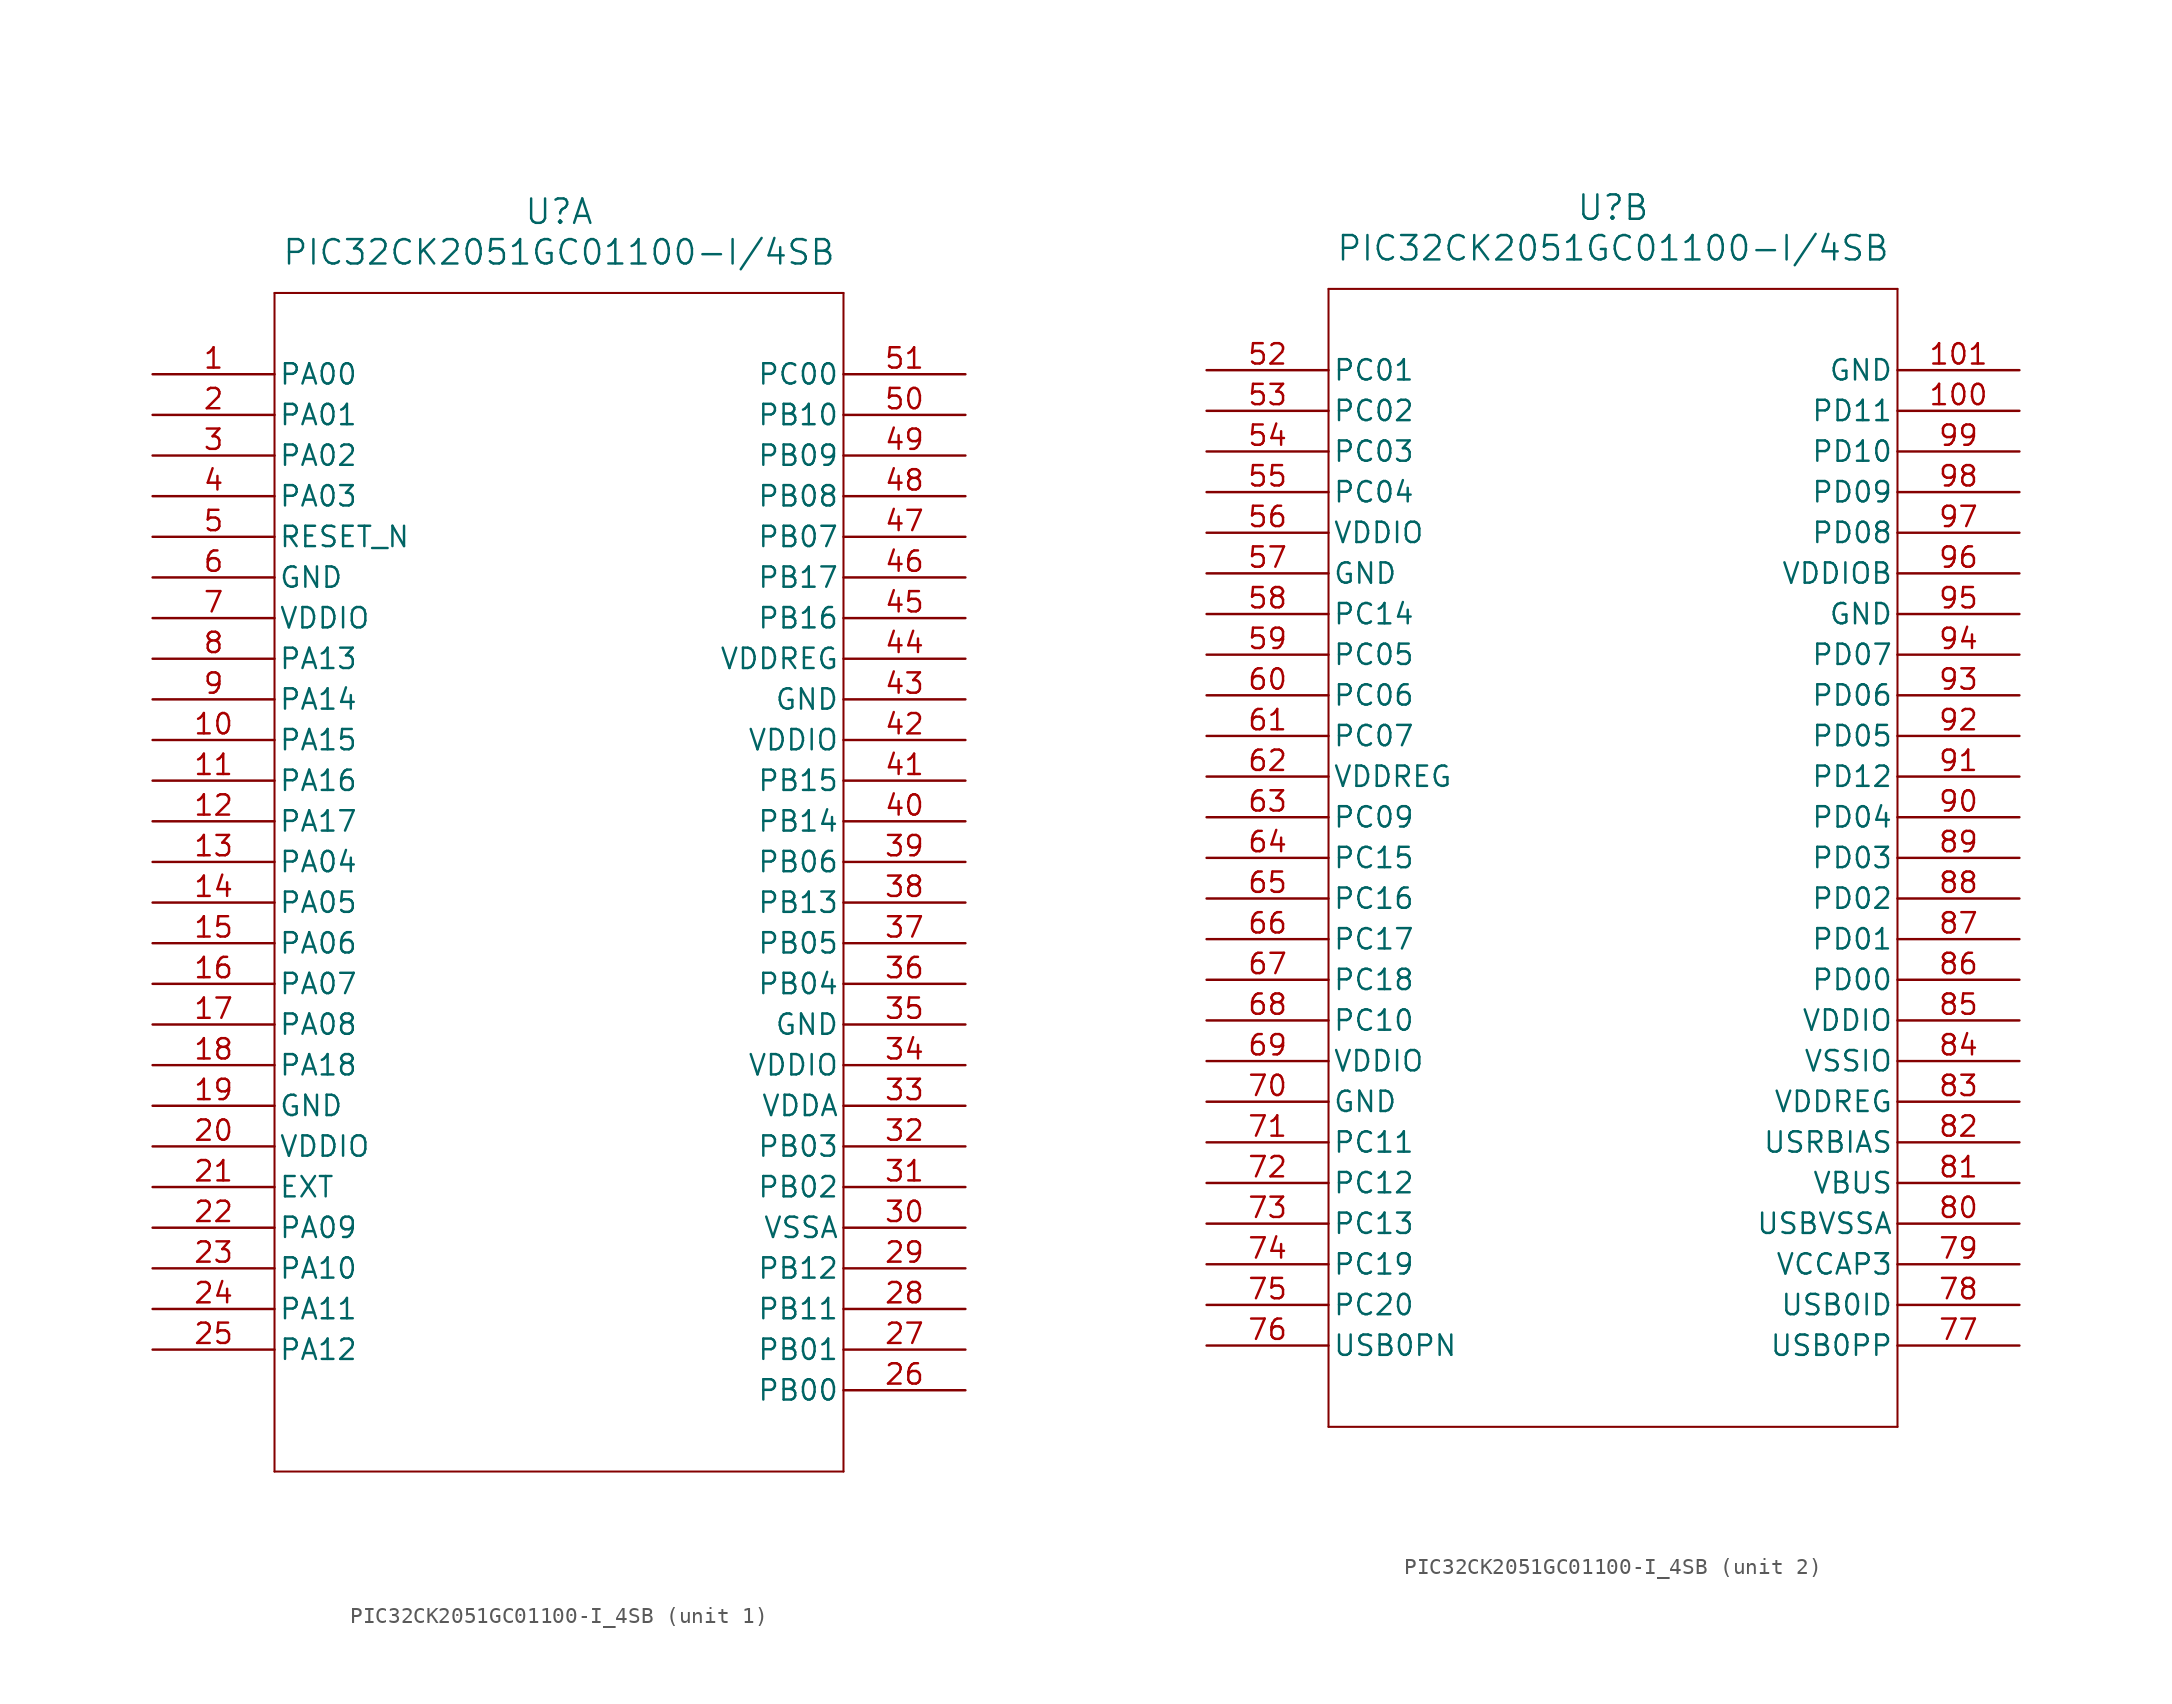
<source format=kicad_sym>
(kicad_symbol_lib
  (version 20211014)
  (generator kicad_symbol_editor)
  (symbol "PIC32CK2051GC01100-I_4SB"
    (pin_names
      (offset 0.254))
    (property "Reference" "U"
      (at 25.4 10.16 0)
      (effects (font (size 1.524 1.524))))
    (property "Value" "PIC32CK2051GC01100-I/4SB"
      (at 25.4 7.62 0)
      (effects (font (size 1.524 1.524))))
    (symbol "PIC32CK2051GC01100-I_4SB_1_1"
      (polyline (pts (xy 7.62 5.08) (xy 7.62 -68.58)) (stroke (width 0.127) (type default) (color 0 0 0 0)) (fill (type none)))
      (polyline (pts (xy 7.62 -68.58) (xy 43.18 -68.58)) (stroke (width 0.127) (type default) (color 0 0 0 0)) (fill (type none)))
      (polyline (pts (xy 43.18 -68.58) (xy 43.18 5.08)) (stroke (width 0.127) (type default) (color 0 0 0 0)) (fill (type none)))
      (polyline (pts (xy 43.18 5.08) (xy 7.62 5.08)) (stroke (width 0.127) (type default) (color 0 0 0 0)) (fill (type none)))
      (pin bidirectional line (at 0 0 0) (length 7.62) (name "PA00" (effects (font (size 1.27 1.27)))) (number "1" (effects (font (size 1.27 1.27)))))
      (pin bidirectional line (at 0 -2.54 0) (length 7.62) (name "PA01" (effects (font (size 1.27 1.27)))) (number "2" (effects (font (size 1.27 1.27)))))
      (pin bidirectional line (at 0 -5.08 0) (length 7.62) (name "PA02" (effects (font (size 1.27 1.27)))) (number "3" (effects (font (size 1.27 1.27)))))
      (pin bidirectional line (at 0 -7.62 0) (length 7.62) (name "PA03" (effects (font (size 1.27 1.27)))) (number "4" (effects (font (size 1.27 1.27)))))
      (pin input line (at 0 -10.16 0) (length 7.62) (name "RESET_N" (effects (font (size 1.27 1.27)))) (number "5" (effects (font (size 1.27 1.27)))))
      (pin power_out line (at 0 -12.7 0) (length 7.62) (name "GND" (effects (font (size 1.27 1.27)))) (number "6" (effects (font (size 1.27 1.27)))))
      (pin power_in line (at 0 -15.24 0) (length 7.62) (name "VDDIO" (effects (font (size 1.27 1.27)))) (number "7" (effects (font (size 1.27 1.27)))))
      (pin bidirectional line (at 0 -17.78 0) (length 7.62) (name "PA13" (effects (font (size 1.27 1.27)))) (number "8" (effects (font (size 1.27 1.27)))))
      (pin bidirectional line (at 0 -20.32 0) (length 7.62) (name "PA14" (effects (font (size 1.27 1.27)))) (number "9" (effects (font (size 1.27 1.27)))))
      (pin bidirectional line (at 0 -22.86 0) (length 7.62) (name "PA15" (effects (font (size 1.27 1.27)))) (number "10" (effects (font (size 1.27 1.27)))))
      (pin bidirectional line (at 0 -25.4 0) (length 7.62) (name "PA16" (effects (font (size 1.27 1.27)))) (number "11" (effects (font (size 1.27 1.27)))))
      (pin bidirectional line (at 0 -27.94 0) (length 7.62) (name "PA17" (effects (font (size 1.27 1.27)))) (number "12" (effects (font (size 1.27 1.27)))))
      (pin bidirectional line (at 0 -30.48 0) (length 7.62) (name "PA04" (effects (font (size 1.27 1.27)))) (number "13" (effects (font (size 1.27 1.27)))))
      (pin bidirectional line (at 0 -33.02 0) (length 7.62) (name "PA05" (effects (font (size 1.27 1.27)))) (number "14" (effects (font (size 1.27 1.27)))))
      (pin bidirectional line (at 0 -35.56 0) (length 7.62) (name "PA06" (effects (font (size 1.27 1.27)))) (number "15" (effects (font (size 1.27 1.27)))))
      (pin bidirectional line (at 0 -38.1 0) (length 7.62) (name "PA07" (effects (font (size 1.27 1.27)))) (number "16" (effects (font (size 1.27 1.27)))))
      (pin bidirectional line (at 0 -40.64 0) (length 7.62) (name "PA08" (effects (font (size 1.27 1.27)))) (number "17" (effects (font (size 1.27 1.27)))))
      (pin bidirectional line (at 0 -43.18 0) (length 7.62) (name "PA18" (effects (font (size 1.27 1.27)))) (number "18" (effects (font (size 1.27 1.27)))))
      (pin power_out line (at 0 -45.72 0) (length 7.62) (name "GND" (effects (font (size 1.27 1.27)))) (number "19" (effects (font (size 1.27 1.27)))))
      (pin power_in line (at 0 -48.26 0) (length 7.62) (name "VDDIO" (effects (font (size 1.27 1.27)))) (number "20" (effects (font (size 1.27 1.27)))))
      (pin unspecified line (at 0 -50.8 0) (length 7.62) (name "EXT" (effects (font (size 1.27 1.27)))) (number "21" (effects (font (size 1.27 1.27)))))
      (pin bidirectional line (at 0 -53.34 0) (length 7.62) (name "PA09" (effects (font (size 1.27 1.27)))) (number "22" (effects (font (size 1.27 1.27)))))
      (pin bidirectional line (at 0 -55.88 0) (length 7.62) (name "PA10" (effects (font (size 1.27 1.27)))) (number "23" (effects (font (size 1.27 1.27)))))
      (pin bidirectional line (at 0 -58.42 0) (length 7.62) (name "PA11" (effects (font (size 1.27 1.27)))) (number "24" (effects (font (size 1.27 1.27)))))
      (pin bidirectional line (at 0 -60.96 0) (length 7.62) (name "PA12" (effects (font (size 1.27 1.27)))) (number "25" (effects (font (size 1.27 1.27)))))
      (pin bidirectional line (at 50.8 -63.5 180) (length 7.62) (name "PB00" (effects (font (size 1.27 1.27)))) (number "26" (effects (font (size 1.27 1.27)))))
      (pin bidirectional line (at 50.8 -60.96 180) (length 7.62) (name "PB01" (effects (font (size 1.27 1.27)))) (number "27" (effects (font (size 1.27 1.27)))))
      (pin bidirectional line (at 50.8 -58.42 180) (length 7.62) (name "PB11" (effects (font (size 1.27 1.27)))) (number "28" (effects (font (size 1.27 1.27)))))
      (pin bidirectional line (at 50.8 -55.88 180) (length 7.62) (name "PB12" (effects (font (size 1.27 1.27)))) (number "29" (effects (font (size 1.27 1.27)))))
      (pin power_out line (at 50.8 -53.34 180) (length 7.62) (name "VSSA" (effects (font (size 1.27 1.27)))) (number "30" (effects (font (size 1.27 1.27)))))
      (pin bidirectional line (at 50.8 -50.8 180) (length 7.62) (name "PB02" (effects (font (size 1.27 1.27)))) (number "31" (effects (font (size 1.27 1.27)))))
      (pin bidirectional line (at 50.8 -48.26 180) (length 7.62) (name "PB03" (effects (font (size 1.27 1.27)))) (number "32" (effects (font (size 1.27 1.27)))))
      (pin power_in line (at 50.8 -45.72 180) (length 7.62) (name "VDDA" (effects (font (size 1.27 1.27)))) (number "33" (effects (font (size 1.27 1.27)))))
      (pin power_in line (at 50.8 -43.18 180) (length 7.62) (name "VDDIO" (effects (font (size 1.27 1.27)))) (number "34" (effects (font (size 1.27 1.27)))))
      (pin power_out line (at 50.8 -40.64 180) (length 7.62) (name "GND" (effects (font (size 1.27 1.27)))) (number "35" (effects (font (size 1.27 1.27)))))
      (pin bidirectional line (at 50.8 -38.1 180) (length 7.62) (name "PB04" (effects (font (size 1.27 1.27)))) (number "36" (effects (font (size 1.27 1.27)))))
      (pin bidirectional line (at 50.8 -35.56 180) (length 7.62) (name "PB05" (effects (font (size 1.27 1.27)))) (number "37" (effects (font (size 1.27 1.27)))))
      (pin bidirectional line (at 50.8 -33.02 180) (length 7.62) (name "PB13" (effects (font (size 1.27 1.27)))) (number "38" (effects (font (size 1.27 1.27)))))
      (pin bidirectional line (at 50.8 -30.48 180) (length 7.62) (name "PB06" (effects (font (size 1.27 1.27)))) (number "39" (effects (font (size 1.27 1.27)))))
      (pin bidirectional line (at 50.8 -27.94 180) (length 7.62) (name "PB14" (effects (font (size 1.27 1.27)))) (number "40" (effects (font (size 1.27 1.27)))))
      (pin bidirectional line (at 50.8 -25.4 180) (length 7.62) (name "PB15" (effects (font (size 1.27 1.27)))) (number "41" (effects (font (size 1.27 1.27)))))
      (pin power_in line (at 50.8 -22.86 180) (length 7.62) (name "VDDIO" (effects (font (size 1.27 1.27)))) (number "42" (effects (font (size 1.27 1.27)))))
      (pin power_out line (at 50.8 -20.32 180) (length 7.62) (name "GND" (effects (font (size 1.27 1.27)))) (number "43" (effects (font (size 1.27 1.27)))))
      (pin power_in line (at 50.8 -17.78 180) (length 7.62) (name "VDDREG" (effects (font (size 1.27 1.27)))) (number "44" (effects (font (size 1.27 1.27)))))
      (pin bidirectional line (at 50.8 -15.24 180) (length 7.62) (name "PB16" (effects (font (size 1.27 1.27)))) (number "45" (effects (font (size 1.27 1.27)))))
      (pin bidirectional line (at 50.8 -12.7 180) (length 7.62) (name "PB17" (effects (font (size 1.27 1.27)))) (number "46" (effects (font (size 1.27 1.27)))))
      (pin bidirectional line (at 50.8 -10.16 180) (length 7.62) (name "PB07" (effects (font (size 1.27 1.27)))) (number "47" (effects (font (size 1.27 1.27)))))
      (pin bidirectional line (at 50.8 -7.62 180) (length 7.62) (name "PB08" (effects (font (size 1.27 1.27)))) (number "48" (effects (font (size 1.27 1.27)))))
      (pin bidirectional line (at 50.8 -5.08 180) (length 7.62) (name "PB09" (effects (font (size 1.27 1.27)))) (number "49" (effects (font (size 1.27 1.27)))))
      (pin bidirectional line (at 50.8 -2.54 180) (length 7.62) (name "PB10" (effects (font (size 1.27 1.27)))) (number "50" (effects (font (size 1.27 1.27)))))
      (pin bidirectional line (at 50.8 0 180) (length 7.62) (name "PC00" (effects (font (size 1.27 1.27)))) (number "51" (effects (font (size 1.27 1.27))))))
    (symbol "PIC32CK2051GC01100-I_4SB_2_1"
      (polyline (pts (xy 7.62 5.08) (xy 7.62 -66.04)) (stroke (width 0.127) (type default) (color 0 0 0 0)) (fill (type none)))
      (polyline (pts (xy 7.62 -66.04) (xy 43.18 -66.04)) (stroke (width 0.127) (type default) (color 0 0 0 0)) (fill (type none)))
      (polyline (pts (xy 43.18 -66.04) (xy 43.18 5.08)) (stroke (width 0.127) (type default) (color 0 0 0 0)) (fill (type none)))
      (polyline (pts (xy 43.18 5.08) (xy 7.62 5.08)) (stroke (width 0.127) (type default) (color 0 0 0 0)) (fill (type none)))
      (pin bidirectional line (at 0 0 0) (length 7.62) (name "PC01" (effects (font (size 1.27 1.27)))) (number "52" (effects (font (size 1.27 1.27)))))
      (pin bidirectional line (at 0 -2.54 0) (length 7.62) (name "PC02" (effects (font (size 1.27 1.27)))) (number "53" (effects (font (size 1.27 1.27)))))
      (pin bidirectional line (at 0 -5.08 0) (length 7.62) (name "PC03" (effects (font (size 1.27 1.27)))) (number "54" (effects (font (size 1.27 1.27)))))
      (pin bidirectional line (at 0 -7.62 0) (length 7.62) (name "PC04" (effects (font (size 1.27 1.27)))) (number "55" (effects (font (size 1.27 1.27)))))
      (pin power_in line (at 0 -10.16 0) (length 7.62) (name "VDDIO" (effects (font (size 1.27 1.27)))) (number "56" (effects (font (size 1.27 1.27)))))
      (pin power_out line (at 0 -12.7 0) (length 7.62) (name "GND" (effects (font (size 1.27 1.27)))) (number "57" (effects (font (size 1.27 1.27)))))
      (pin bidirectional line (at 0 -15.24 0) (length 7.62) (name "PC14" (effects (font (size 1.27 1.27)))) (number "58" (effects (font (size 1.27 1.27)))))
      (pin bidirectional line (at 0 -17.78 0) (length 7.62) (name "PC05" (effects (font (size 1.27 1.27)))) (number "59" (effects (font (size 1.27 1.27)))))
      (pin bidirectional line (at 0 -20.32 0) (length 7.62) (name "PC06" (effects (font (size 1.27 1.27)))) (number "60" (effects (font (size 1.27 1.27)))))
      (pin bidirectional line (at 0 -22.86 0) (length 7.62) (name "PC07" (effects (font (size 1.27 1.27)))) (number "61" (effects (font (size 1.27 1.27)))))
      (pin power_in line (at 0 -25.4 0) (length 7.62) (name "VDDREG" (effects (font (size 1.27 1.27)))) (number "62" (effects (font (size 1.27 1.27)))))
      (pin bidirectional line (at 0 -27.94 0) (length 7.62) (name "PC09" (effects (font (size 1.27 1.27)))) (number "63" (effects (font (size 1.27 1.27)))))
      (pin bidirectional line (at 0 -30.48 0) (length 7.62) (name "PC15" (effects (font (size 1.27 1.27)))) (number "64" (effects (font (size 1.27 1.27)))))
      (pin bidirectional line (at 0 -33.02 0) (length 7.62) (name "PC16" (effects (font (size 1.27 1.27)))) (number "65" (effects (font (size 1.27 1.27)))))
      (pin bidirectional line (at 0 -35.56 0) (length 7.62) (name "PC17" (effects (font (size 1.27 1.27)))) (number "66" (effects (font (size 1.27 1.27)))))
      (pin bidirectional line (at 0 -38.1 0) (length 7.62) (name "PC18" (effects (font (size 1.27 1.27)))) (number "67" (effects (font (size 1.27 1.27)))))
      (pin bidirectional line (at 0 -40.64 0) (length 7.62) (name "PC10" (effects (font (size 1.27 1.27)))) (number "68" (effects (font (size 1.27 1.27)))))
      (pin power_in line (at 0 -43.18 0) (length 7.62) (name "VDDIO" (effects (font (size 1.27 1.27)))) (number "69" (effects (font (size 1.27 1.27)))))
      (pin power_out line (at 0 -45.72 0) (length 7.62) (name "GND" (effects (font (size 1.27 1.27)))) (number "70" (effects (font (size 1.27 1.27)))))
      (pin bidirectional line (at 0 -48.26 0) (length 7.62) (name "PC11" (effects (font (size 1.27 1.27)))) (number "71" (effects (font (size 1.27 1.27)))))
      (pin bidirectional line (at 0 -50.8 0) (length 7.62) (name "PC12" (effects (font (size 1.27 1.27)))) (number "72" (effects (font (size 1.27 1.27)))))
      (pin bidirectional line (at 0 -53.34 0) (length 7.62) (name "PC13" (effects (font (size 1.27 1.27)))) (number "73" (effects (font (size 1.27 1.27)))))
      (pin bidirectional line (at 0 -55.88 0) (length 7.62) (name "PC19" (effects (font (size 1.27 1.27)))) (number "74" (effects (font (size 1.27 1.27)))))
      (pin bidirectional line (at 0 -58.42 0) (length 7.62) (name "PC20" (effects (font (size 1.27 1.27)))) (number "75" (effects (font (size 1.27 1.27)))))
      (pin bidirectional line (at 0 -60.96 0) (length 7.62) (name "USB0PN" (effects (font (size 1.27 1.27)))) (number "76" (effects (font (size 1.27 1.27)))))
      (pin bidirectional line (at 50.8 -60.96 180) (length 7.62) (name "USB0PP" (effects (font (size 1.27 1.27)))) (number "77" (effects (font (size 1.27 1.27)))))
      (pin bidirectional line (at 50.8 -58.42 180) (length 7.62) (name "USB0ID" (effects (font (size 1.27 1.27)))) (number "78" (effects (font (size 1.27 1.27)))))
      (pin power_in line (at 50.8 -55.88 180) (length 7.62) (name "VCCAP3" (effects (font (size 1.27 1.27)))) (number "79" (effects (font (size 1.27 1.27)))))
      (pin power_out line (at 50.8 -53.34 180) (length 7.62) (name "USBVSSA" (effects (font (size 1.27 1.27)))) (number "80" (effects (font (size 1.27 1.27)))))
      (pin power_in line (at 50.8 -50.8 180) (length 7.62) (name "VBUS" (effects (font (size 1.27 1.27)))) (number "81" (effects (font (size 1.27 1.27)))))
      (pin unspecified line (at 50.8 -48.26 180) (length 7.62) (name "USRBIAS" (effects (font (size 1.27 1.27)))) (number "82" (effects (font (size 1.27 1.27)))))
      (pin power_in line (at 50.8 -45.72 180) (length 7.62) (name "VDDREG" (effects (font (size 1.27 1.27)))) (number "83" (effects (font (size 1.27 1.27)))))
      (pin power_out line (at 50.8 -43.18 180) (length 7.62) (name "VSSIO" (effects (font (size 1.27 1.27)))) (number "84" (effects (font (size 1.27 1.27)))))
      (pin power_in line (at 50.8 -40.64 180) (length 7.62) (name "VDDIO" (effects (font (size 1.27 1.27)))) (number "85" (effects (font (size 1.27 1.27)))))
      (pin bidirectional line (at 50.8 -38.1 180) (length 7.62) (name "PD00" (effects (font (size 1.27 1.27)))) (number "86" (effects (font (size 1.27 1.27)))))
      (pin bidirectional line (at 50.8 -35.56 180) (length 7.62) (name "PD01" (effects (font (size 1.27 1.27)))) (number "87" (effects (font (size 1.27 1.27)))))
      (pin bidirectional line (at 50.8 -33.02 180) (length 7.62) (name "PD02" (effects (font (size 1.27 1.27)))) (number "88" (effects (font (size 1.27 1.27)))))
      (pin bidirectional line (at 50.8 -30.48 180) (length 7.62) (name "PD03" (effects (font (size 1.27 1.27)))) (number "89" (effects (font (size 1.27 1.27)))))
      (pin bidirectional line (at 50.8 -27.94 180) (length 7.62) (name "PD04" (effects (font (size 1.27 1.27)))) (number "90" (effects (font (size 1.27 1.27)))))
      (pin bidirectional line (at 50.8 -25.4 180) (length 7.62) (name "PD12" (effects (font (size 1.27 1.27)))) (number "91" (effects (font (size 1.27 1.27)))))
      (pin bidirectional line (at 50.8 -22.86 180) (length 7.62) (name "PD05" (effects (font (size 1.27 1.27)))) (number "92" (effects (font (size 1.27 1.27)))))
      (pin bidirectional line (at 50.8 -20.32 180) (length 7.62) (name "PD06" (effects (font (size 1.27 1.27)))) (number "93" (effects (font (size 1.27 1.27)))))
      (pin bidirectional line (at 50.8 -17.78 180) (length 7.62) (name "PD07" (effects (font (size 1.27 1.27)))) (number "94" (effects (font (size 1.27 1.27)))))
      (pin power_out line (at 50.8 -15.24 180) (length 7.62) (name "GND" (effects (font (size 1.27 1.27)))) (number "95" (effects (font (size 1.27 1.27)))))
      (pin power_in line (at 50.8 -12.7 180) (length 7.62) (name "VDDIOB" (effects (font (size 1.27 1.27)))) (number "96" (effects (font (size 1.27 1.27)))))
      (pin bidirectional line (at 50.8 -10.16 180) (length 7.62) (name "PD08" (effects (font (size 1.27 1.27)))) (number "97" (effects (font (size 1.27 1.27)))))
      (pin bidirectional line (at 50.8 -7.62 180) (length 7.62) (name "PD09" (effects (font (size 1.27 1.27)))) (number "98" (effects (font (size 1.27 1.27)))))
      (pin bidirectional line (at 50.8 -5.08 180) (length 7.62) (name "PD10" (effects (font (size 1.27 1.27)))) (number "99" (effects (font (size 1.27 1.27)))))
      (pin bidirectional line (at 50.8 -2.54 180) (length 7.62) (name "PD11" (effects (font (size 1.27 1.27)))) (number "100" (effects (font (size 1.27 1.27)))))
      (pin power_out line (at 50.8 0 180) (length 7.62) (name "GND" (effects (font (size 1.27 1.27)))) (number "101" (effects (font (size 1.27 1.27))))))))
</source>
